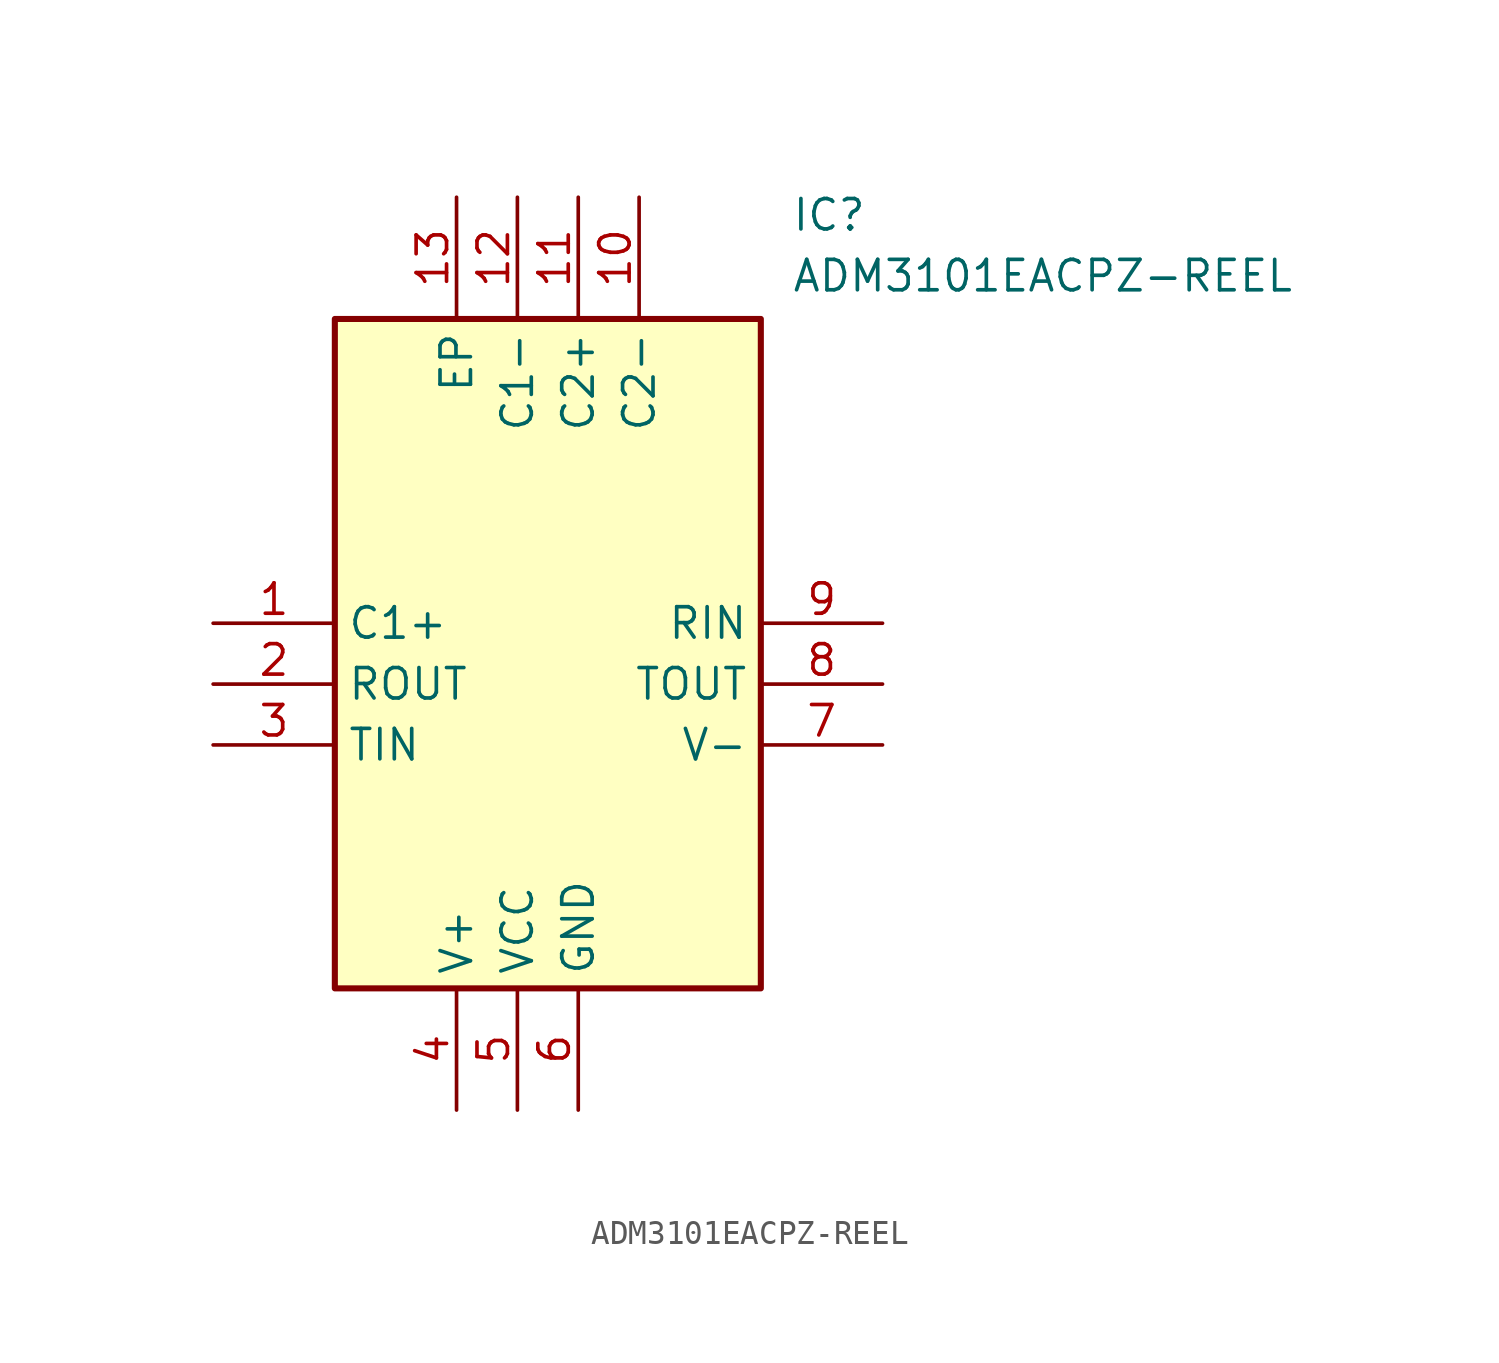
<source format=kicad_sym>
(kicad_symbol_lib
  (version 20211014)
  (generator SamacSys_ECAD_Model)
  (symbol "ADM3101EACPZ-REEL"
    (property "Reference" "IC"
      (at 24.13 17.78 0)
      (effects (font (size 1.27 1.27)) (justify left top)))
    (property "Value" "ADM3101EACPZ-REEL"
      (at 24.13 15.24 0)
      (effects (font (size 1.27 1.27)) (justify left top)))
    (rectangle
      (start 5.08 12.7)
      (end 22.86 -15.24)
      (stroke (width 0.254) (type default))
      (fill (type background)))
    (pin passive line
      (at 0 0 0)
      (length 5.08)
      (name "C1+" (effects (font (size 1.27 1.27))))
      (number "1" (effects (font (size 1.27 1.27)))))
    (pin passive line
      (at 0 -2.54 0)
      (length 5.08)
      (name "ROUT" (effects (font (size 1.27 1.27))))
      (number "2" (effects (font (size 1.27 1.27)))))
    (pin passive line
      (at 0 -5.08 0)
      (length 5.08)
      (name "TIN" (effects (font (size 1.27 1.27))))
      (number "3" (effects (font (size 1.27 1.27)))))
    (pin passive line
      (at 10.16 -20.32 90)
      (length 5.08)
      (name "V+" (effects (font (size 1.27 1.27))))
      (number "4" (effects (font (size 1.27 1.27)))))
    (pin passive line
      (at 12.7 -20.32 90)
      (length 5.08)
      (name "VCC" (effects (font (size 1.27 1.27))))
      (number "5" (effects (font (size 1.27 1.27)))))
    (pin passive line
      (at 15.24 -20.32 90)
      (length 5.08)
      (name "GND" (effects (font (size 1.27 1.27))))
      (number "6" (effects (font (size 1.27 1.27)))))
    (pin passive line
      (at 27.94 0 180)
      (length 5.08)
      (name "RIN" (effects (font (size 1.27 1.27))))
      (number "9" (effects (font (size 1.27 1.27)))))
    (pin passive line
      (at 27.94 -2.54 180)
      (length 5.08)
      (name "TOUT" (effects (font (size 1.27 1.27))))
      (number "8" (effects (font (size 1.27 1.27)))))
    (pin passive line
      (at 27.94 -5.08 180)
      (length 5.08)
      (name "V-" (effects (font (size 1.27 1.27))))
      (number "7" (effects (font (size 1.27 1.27)))))
    (pin passive line
      (at 10.16 17.78 270)
      (length 5.08)
      (name "EP" (effects (font (size 1.27 1.27))))
      (number "13" (effects (font (size 1.27 1.27)))))
    (pin passive line
      (at 12.7 17.78 270)
      (length 5.08)
      (name "C1-" (effects (font (size 1.27 1.27))))
      (number "12" (effects (font (size 1.27 1.27)))))
    (pin passive line
      (at 15.24 17.78 270)
      (length 5.08)
      (name "C2+" (effects (font (size 1.27 1.27))))
      (number "11" (effects (font (size 1.27 1.27)))))
    (pin passive line
      (at 17.78 17.78 270)
      (length 5.08)
      (name "C2-" (effects (font (size 1.27 1.27))))
      (number "10" (effects (font (size 1.27 1.27)))))))
</source>
